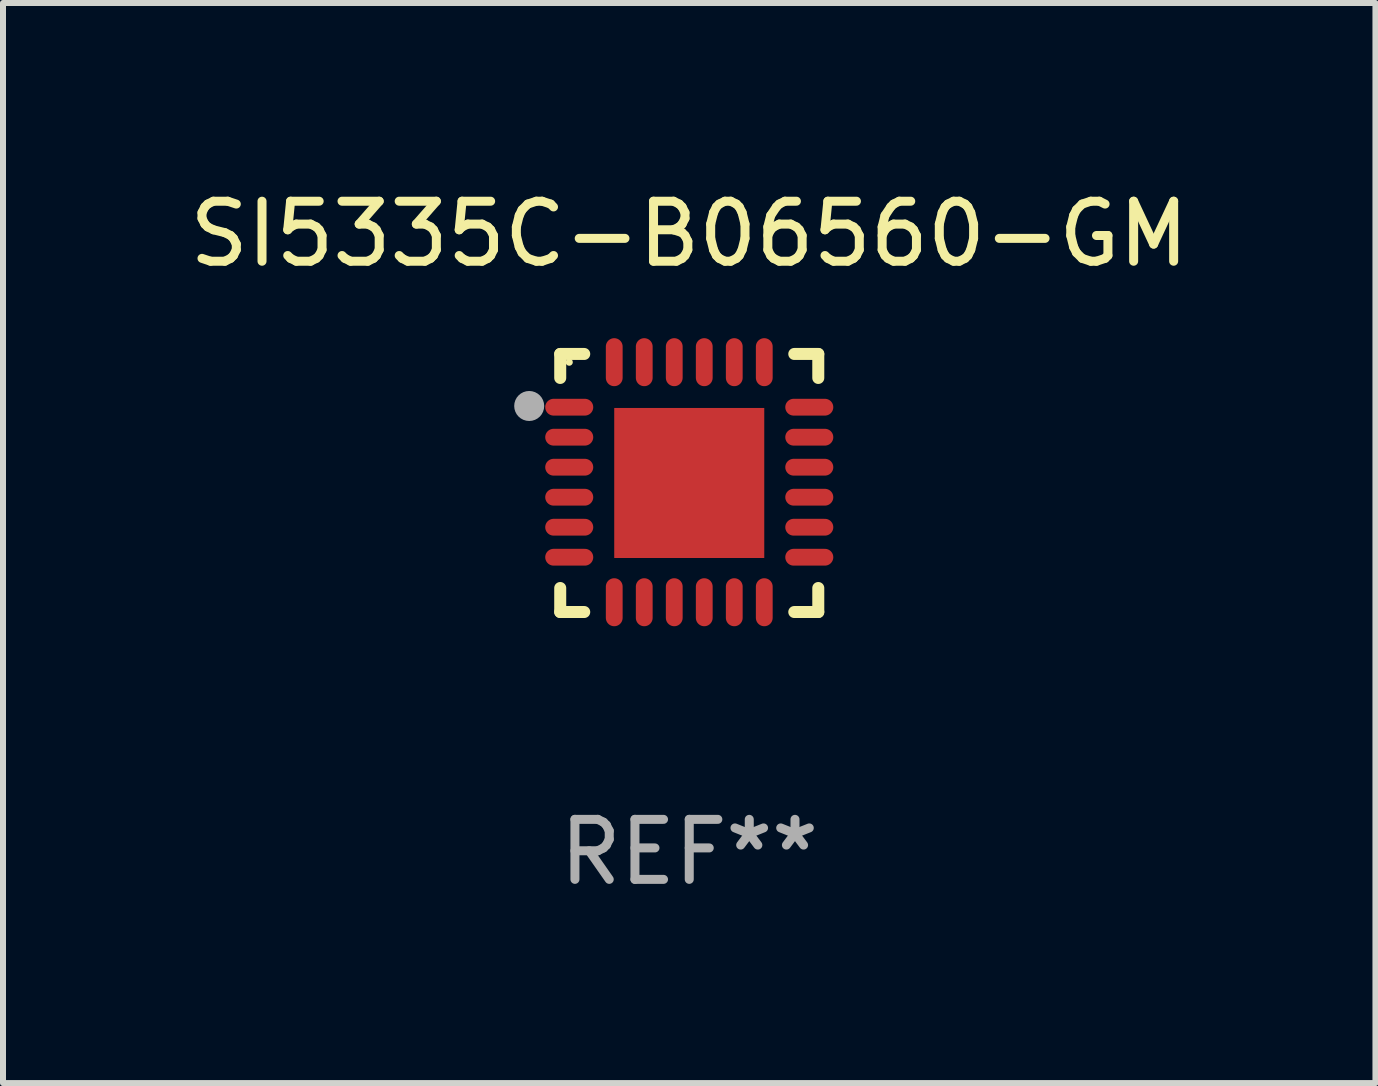
<source format=kicad_pcb>
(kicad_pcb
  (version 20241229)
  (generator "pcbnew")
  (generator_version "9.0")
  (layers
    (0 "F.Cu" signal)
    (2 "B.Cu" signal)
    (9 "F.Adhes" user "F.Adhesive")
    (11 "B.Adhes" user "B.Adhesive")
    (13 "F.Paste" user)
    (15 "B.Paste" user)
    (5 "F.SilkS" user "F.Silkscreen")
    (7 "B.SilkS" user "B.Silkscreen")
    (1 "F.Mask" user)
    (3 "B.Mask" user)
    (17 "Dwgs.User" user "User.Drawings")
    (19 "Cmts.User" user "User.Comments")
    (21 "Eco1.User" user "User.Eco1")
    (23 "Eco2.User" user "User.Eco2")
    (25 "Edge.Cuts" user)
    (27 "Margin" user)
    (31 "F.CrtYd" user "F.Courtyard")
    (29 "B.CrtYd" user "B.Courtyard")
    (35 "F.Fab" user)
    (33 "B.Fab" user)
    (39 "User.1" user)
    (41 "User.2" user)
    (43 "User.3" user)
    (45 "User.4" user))
  (footprint "SI5335C-B06560-GM"
    (layer "F.Cu")
    (at 8.435 4.998)
    (property "Reference" "SI5335C-B06560-GM" (at 0 -4.15 0) (layer "F.SilkS") (effects (font (size 1 1) (thickness 0.15))))
    (attr through_hole)
    (fp_line (start -2.15 -2.15) (end -1.75 -2.15) (stroke (width 0.2) (type solid)) (layer "F.SilkS"))
    (fp_line (start -2.15 -1.75) (end -2.15 -2.15) (stroke (width 0.2) (type solid)) (layer "F.SilkS"))
    (fp_line (start -2.15 2.15) (end -2.15 1.75) (stroke (width 0.2) (type solid)) (layer "F.SilkS"))
    (fp_line (start -1.75 2.15) (end -2.15 2.15) (stroke (width 0.2) (type solid)) (layer "F.SilkS"))
    (fp_line (start 1.75 -2.15) (end 2.15 -2.15) (stroke (width 0.2) (type solid)) (layer "F.SilkS"))
    (fp_line (start 1.75 2.15) (end 2.15 2.15) (stroke (width 0.2) (type solid)) (layer "F.SilkS"))
    (fp_line (start 2.15 -2.15) (end 2.15 -1.75) (stroke (width 0.2) (type solid)) (layer "F.SilkS"))
    (fp_line (start 2.15 2.15) (end 2.15 1.75) (stroke (width 0.2) (type solid)) (layer "F.SilkS"))
    (fp_circle (center -2 -2.013) (end -1.97 -2.013) (stroke (width 0.06) (type solid)) (fill no) (layer "F.SilkS"))
    (fp_circle (center -2.667 -1.283) (end -2.542 -1.283) (stroke (width 0.25) (type solid)) (fill no) (layer "F.Fab"))
    (fp_text user "REF**" (at 0 6.15 0) (layer "F.Fab") (effects (font (size 1 1) (thickness 0.15))))
    (pad "1" smd oval (at -2 -1.263) (size 0.8 0.28) (layers "F.Cu" "F.Mask" "F.Paste"))
    (pad "2" smd oval (at -2 -0.763) (size 0.8 0.28) (layers "F.Cu" "F.Mask" "F.Paste"))
    (pad "3" smd oval (at -2 -0.263) (size 0.8 0.28) (layers "F.Cu" "F.Mask" "F.Paste"))
    (pad "4" smd oval (at -2 0.237) (size 0.8 0.28) (layers "F.Cu" "F.Mask" "F.Paste"))
    (pad "5" smd oval (at -2 0.737) (size 0.8 0.28) (layers "F.Cu" "F.Mask" "F.Paste"))
    (pad "6" smd oval (at -2 1.237) (size 0.8 0.28) (layers "F.Cu" "F.Mask" "F.Paste"))
    (pad "7" smd oval (at -1.25 1.987) (size 0.28 0.8) (layers "F.Cu" "F.Mask" "F.Paste"))
    (pad "8" smd oval (at -0.75 1.987) (size 0.28 0.8) (layers "F.Cu" "F.Mask" "F.Paste"))
    (pad "9" smd oval (at -0.25 1.987) (size 0.28 0.8) (layers "F.Cu" "F.Mask" "F.Paste"))
    (pad "10" smd oval (at 0.25 1.987) (size 0.28 0.8) (layers "F.Cu" "F.Mask" "F.Paste"))
    (pad "11" smd oval (at 0.75 1.987) (size 0.28 0.8) (layers "F.Cu" "F.Mask" "F.Paste"))
    (pad "12" smd oval (at 1.25 1.987) (size 0.28 0.8) (layers "F.Cu" "F.Mask" "F.Paste"))
    (pad "13" smd oval (at 2 1.237) (size 0.8 0.28) (layers "F.Cu" "F.Mask" "F.Paste"))
    (pad "14" smd oval (at 2 0.737) (size 0.8 0.28) (layers "F.Cu" "F.Mask" "F.Paste"))
    (pad "15" smd oval (at 2 0.237) (size 0.8 0.28) (layers "F.Cu" "F.Mask" "F.Paste"))
    (pad "16" smd oval (at 2 -0.263) (size 0.8 0.28) (layers "F.Cu" "F.Mask" "F.Paste"))
    (pad "17" smd oval (at 2 -0.763) (size 0.8 0.28) (layers "F.Cu" "F.Mask" "F.Paste"))
    (pad "18" smd oval (at 2 -1.263) (size 0.8 0.28) (layers "F.Cu" "F.Mask" "F.Paste"))
    (pad "19" smd oval (at 1.25 -2.013) (size 0.28 0.8) (layers "F.Cu" "F.Mask" "F.Paste"))
    (pad "20" smd oval (at 0.75 -2.013) (size 0.28 0.8) (layers "F.Cu" "F.Mask" "F.Paste"))
    (pad "21" smd oval (at 0.25 -2.013) (size 0.28 0.8) (layers "F.Cu" "F.Mask" "F.Paste"))
    (pad "22" smd oval (at -0.25 -2.013) (size 0.28 0.8) (layers "F.Cu" "F.Mask" "F.Paste"))
    (pad "23" smd oval (at -0.75 -2.013) (size 0.28 0.8) (layers "F.Cu" "F.Mask" "F.Paste"))
    (pad "24" smd oval (at -1.25 -2.013) (size 0.28 0.8) (layers "F.Cu" "F.Mask" "F.Paste"))
    (pad "25" smd rect (at -0.000127 -0.00014) (size 2.5 2.5) (layers "F.Cu" "F.Mask" "F.Paste")))
  (gr_rect
    (start -3 -3)
    (end 19.869 14.997)
    (stroke (width 0.1) (type default))
    (fill no)
    (layer "Edge.Cuts")))
</source>
